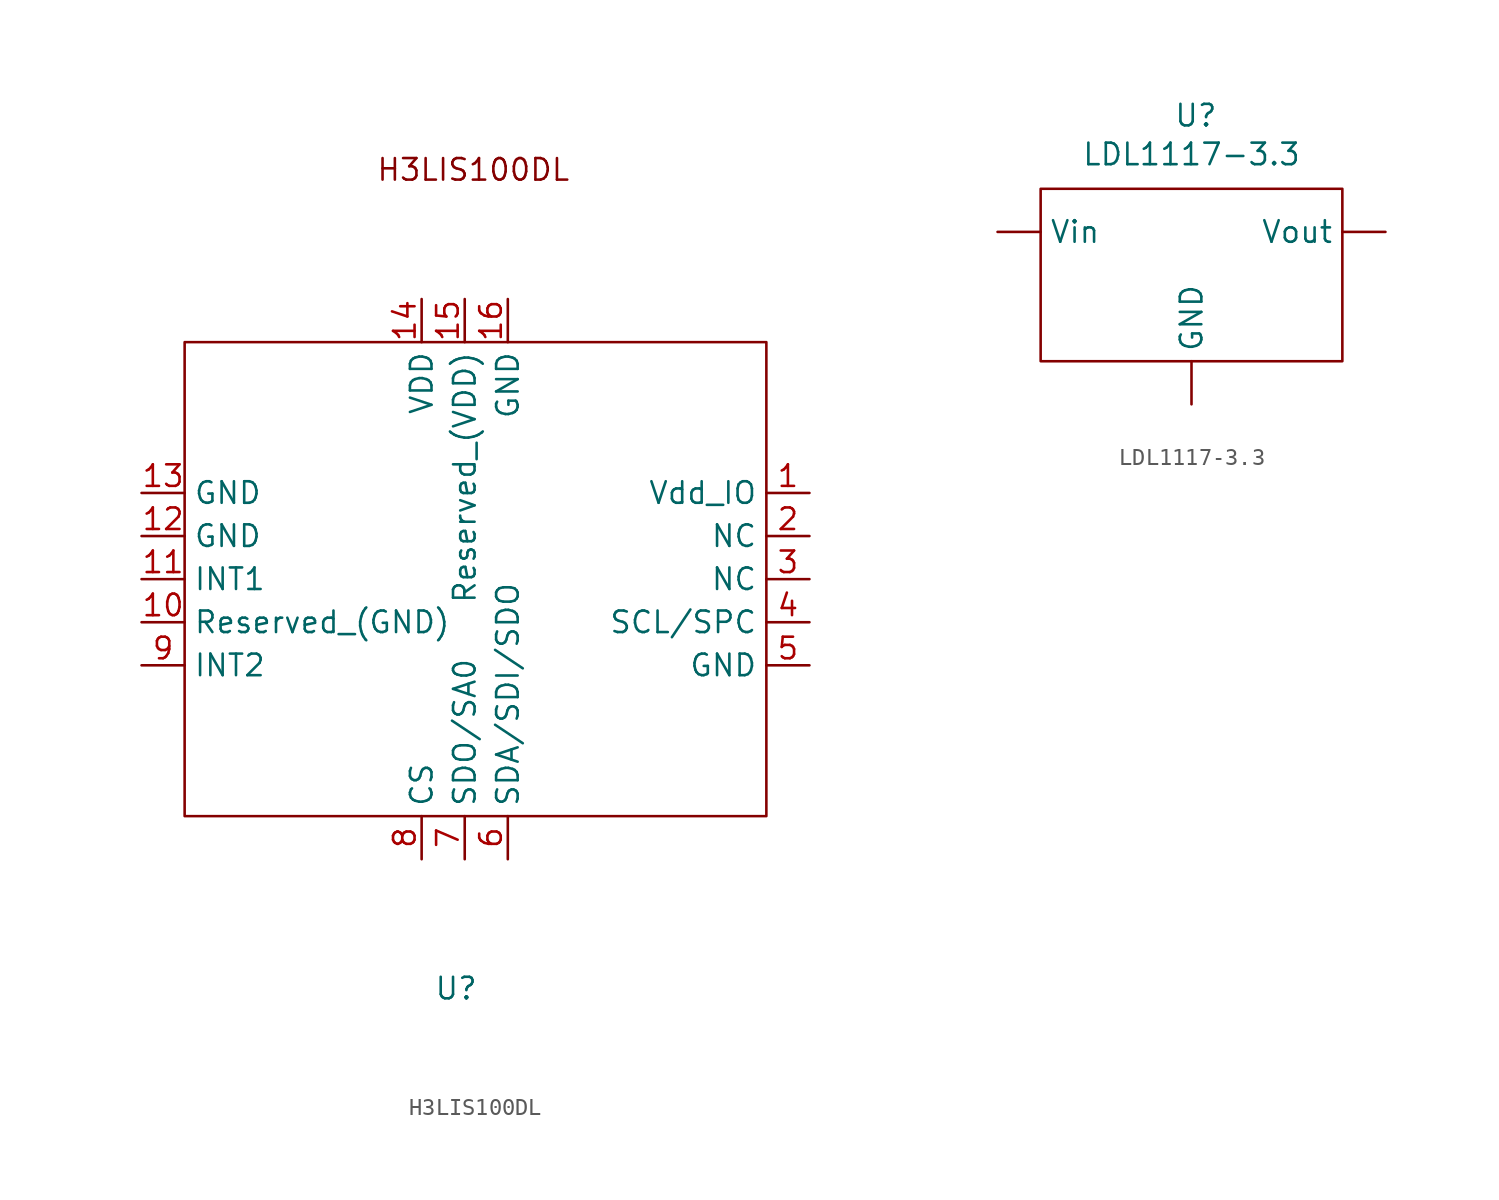
<source format=kicad_sym>
(kicad_symbol_lib
  (version 20241209)
  (generator "kicad_symbol_editor")
  (generator_version "9.0")
  (symbol "H3LIS100DL"
    (property "Reference" "U"
      (at 10.922 -29.21 0)
      (effects (font (size 1.27 1.27))))
    (property "Value" ""
      (at 0 0 0)
      (effects (font (size 1.27 1.27))))
    (symbol "H3LIS100DL_0_1"
      (rectangle (start -5.08 8.89) (end 29.21 -19.05) (stroke (width 0) (type default)) (fill (type none))))
    (symbol "H3LIS100DL_1_1"
      (text "H3LIS100DL\n" (at 11.938 19.05 0) (effects (font (size 1.27 1.27))))
      (pin input line (at -7.62 0 0) (length 2.54) (name "GND" (effects (font (size 1.27 1.27)))) (number "13" (effects (font (size 1.27 1.27)))))
      (pin input line (at -7.62 -2.54 0) (length 2.54) (name "GND" (effects (font (size 1.27 1.27)))) (number "12" (effects (font (size 1.27 1.27)))))
      (pin input line (at -7.62 -5.08 0) (length 2.54) (name "INT1" (effects (font (size 1.27 1.27)))) (number "11" (effects (font (size 1.27 1.27)))))
      (pin input line (at -7.62 -7.62 0) (length 2.54) (name "Reserved_(GND)" (effects (font (size 1.27 1.27)))) (number "10" (effects (font (size 1.27 1.27)))))
      (pin input line (at -7.62 -10.16 0) (length 2.54) (name "INT2" (effects (font (size 1.27 1.27)))) (number "9" (effects (font (size 1.27 1.27)))))
      (pin input line (at 8.89 11.43 270) (length 2.54) (name "VDD" (effects (font (size 1.27 1.27)))) (number "14" (effects (font (size 1.27 1.27)))))
      (pin input line (at 8.89 -21.59 90) (length 2.54) (name "CS" (effects (font (size 1.27 1.27)))) (number "8" (effects (font (size 1.27 1.27)))))
      (pin input line (at 11.43 11.43 270) (length 2.54) (name "Reserved_(VDD)" (effects (font (size 1.27 1.27)))) (number "15" (effects (font (size 1.27 1.27)))))
      (pin input line (at 11.43 -21.59 90) (length 2.54) (name "SDO/SA0" (effects (font (size 1.27 1.27)))) (number "7" (effects (font (size 1.27 1.27)))))
      (pin input line (at 13.97 11.43 270) (length 2.54) (name "GND" (effects (font (size 1.27 1.27)))) (number "16" (effects (font (size 1.27 1.27)))))
      (pin input line (at 13.97 -21.59 90) (length 2.54) (name "SDA/SDI/SDO" (effects (font (size 1.27 1.27)))) (number "6" (effects (font (size 1.27 1.27)))))
      (pin input line (at 31.75 0 180) (length 2.54) (name "Vdd_IO" (effects (font (size 1.27 1.27)))) (number "1" (effects (font (size 1.27 1.27)))))
      (pin input line (at 31.75 -2.54 180) (length 2.54) (name "NC" (effects (font (size 1.27 1.27)))) (number "2" (effects (font (size 1.27 1.27)))))
      (pin input line (at 31.75 -5.08 180) (length 2.54) (name "NC" (effects (font (size 1.27 1.27)))) (number "3" (effects (font (size 1.27 1.27)))))
      (pin input line (at 31.75 -7.62 180) (length 2.54) (name "SCL/SPC" (effects (font (size 1.27 1.27)))) (number "4" (effects (font (size 1.27 1.27)))))
      (pin input line (at 31.75 -10.16 180) (length 2.54) (name "GND" (effects (font (size 1.27 1.27)))) (number "5" (effects (font (size 1.27 1.27)))))))
  (symbol "LDL1117-3.3"
    (property "Reference" "U"
      (at -1.016 27.178 0)
      (effects (font (size 1.27 1.27))))
    (property "Value" "LDL1117-3.3"
      (at -1.27 24.892 0)
      (effects (font (size 1.27 1.27))))
    (symbol "LDL1117-3.3_0_1"
      (rectangle (start -10.16 22.86) (end 7.62 12.7) (stroke (width 0) (type default)) (fill (type none))))
    (symbol "LDL1117-3.3_1_1"
      (pin power_in line (at -12.7 20.32 0) (length 2.54) (name "Vin" (effects (font (size 1.27 1.27)))) (number "" (effects (font (size 1.27 1.27)))))
      (pin power_in line (at -1.27 10.16 90) (length 2.54) (name "GND" (effects (font (size 1.27 1.27)))) (number "" (effects (font (size 1.27 1.27)))))
      (pin power_out line (at 10.16 20.32 180) (length 2.54) (name "Vout" (effects (font (size 1.27 1.27)))) (number "" (effects (font (size 1.27 1.27))))))))
</source>
